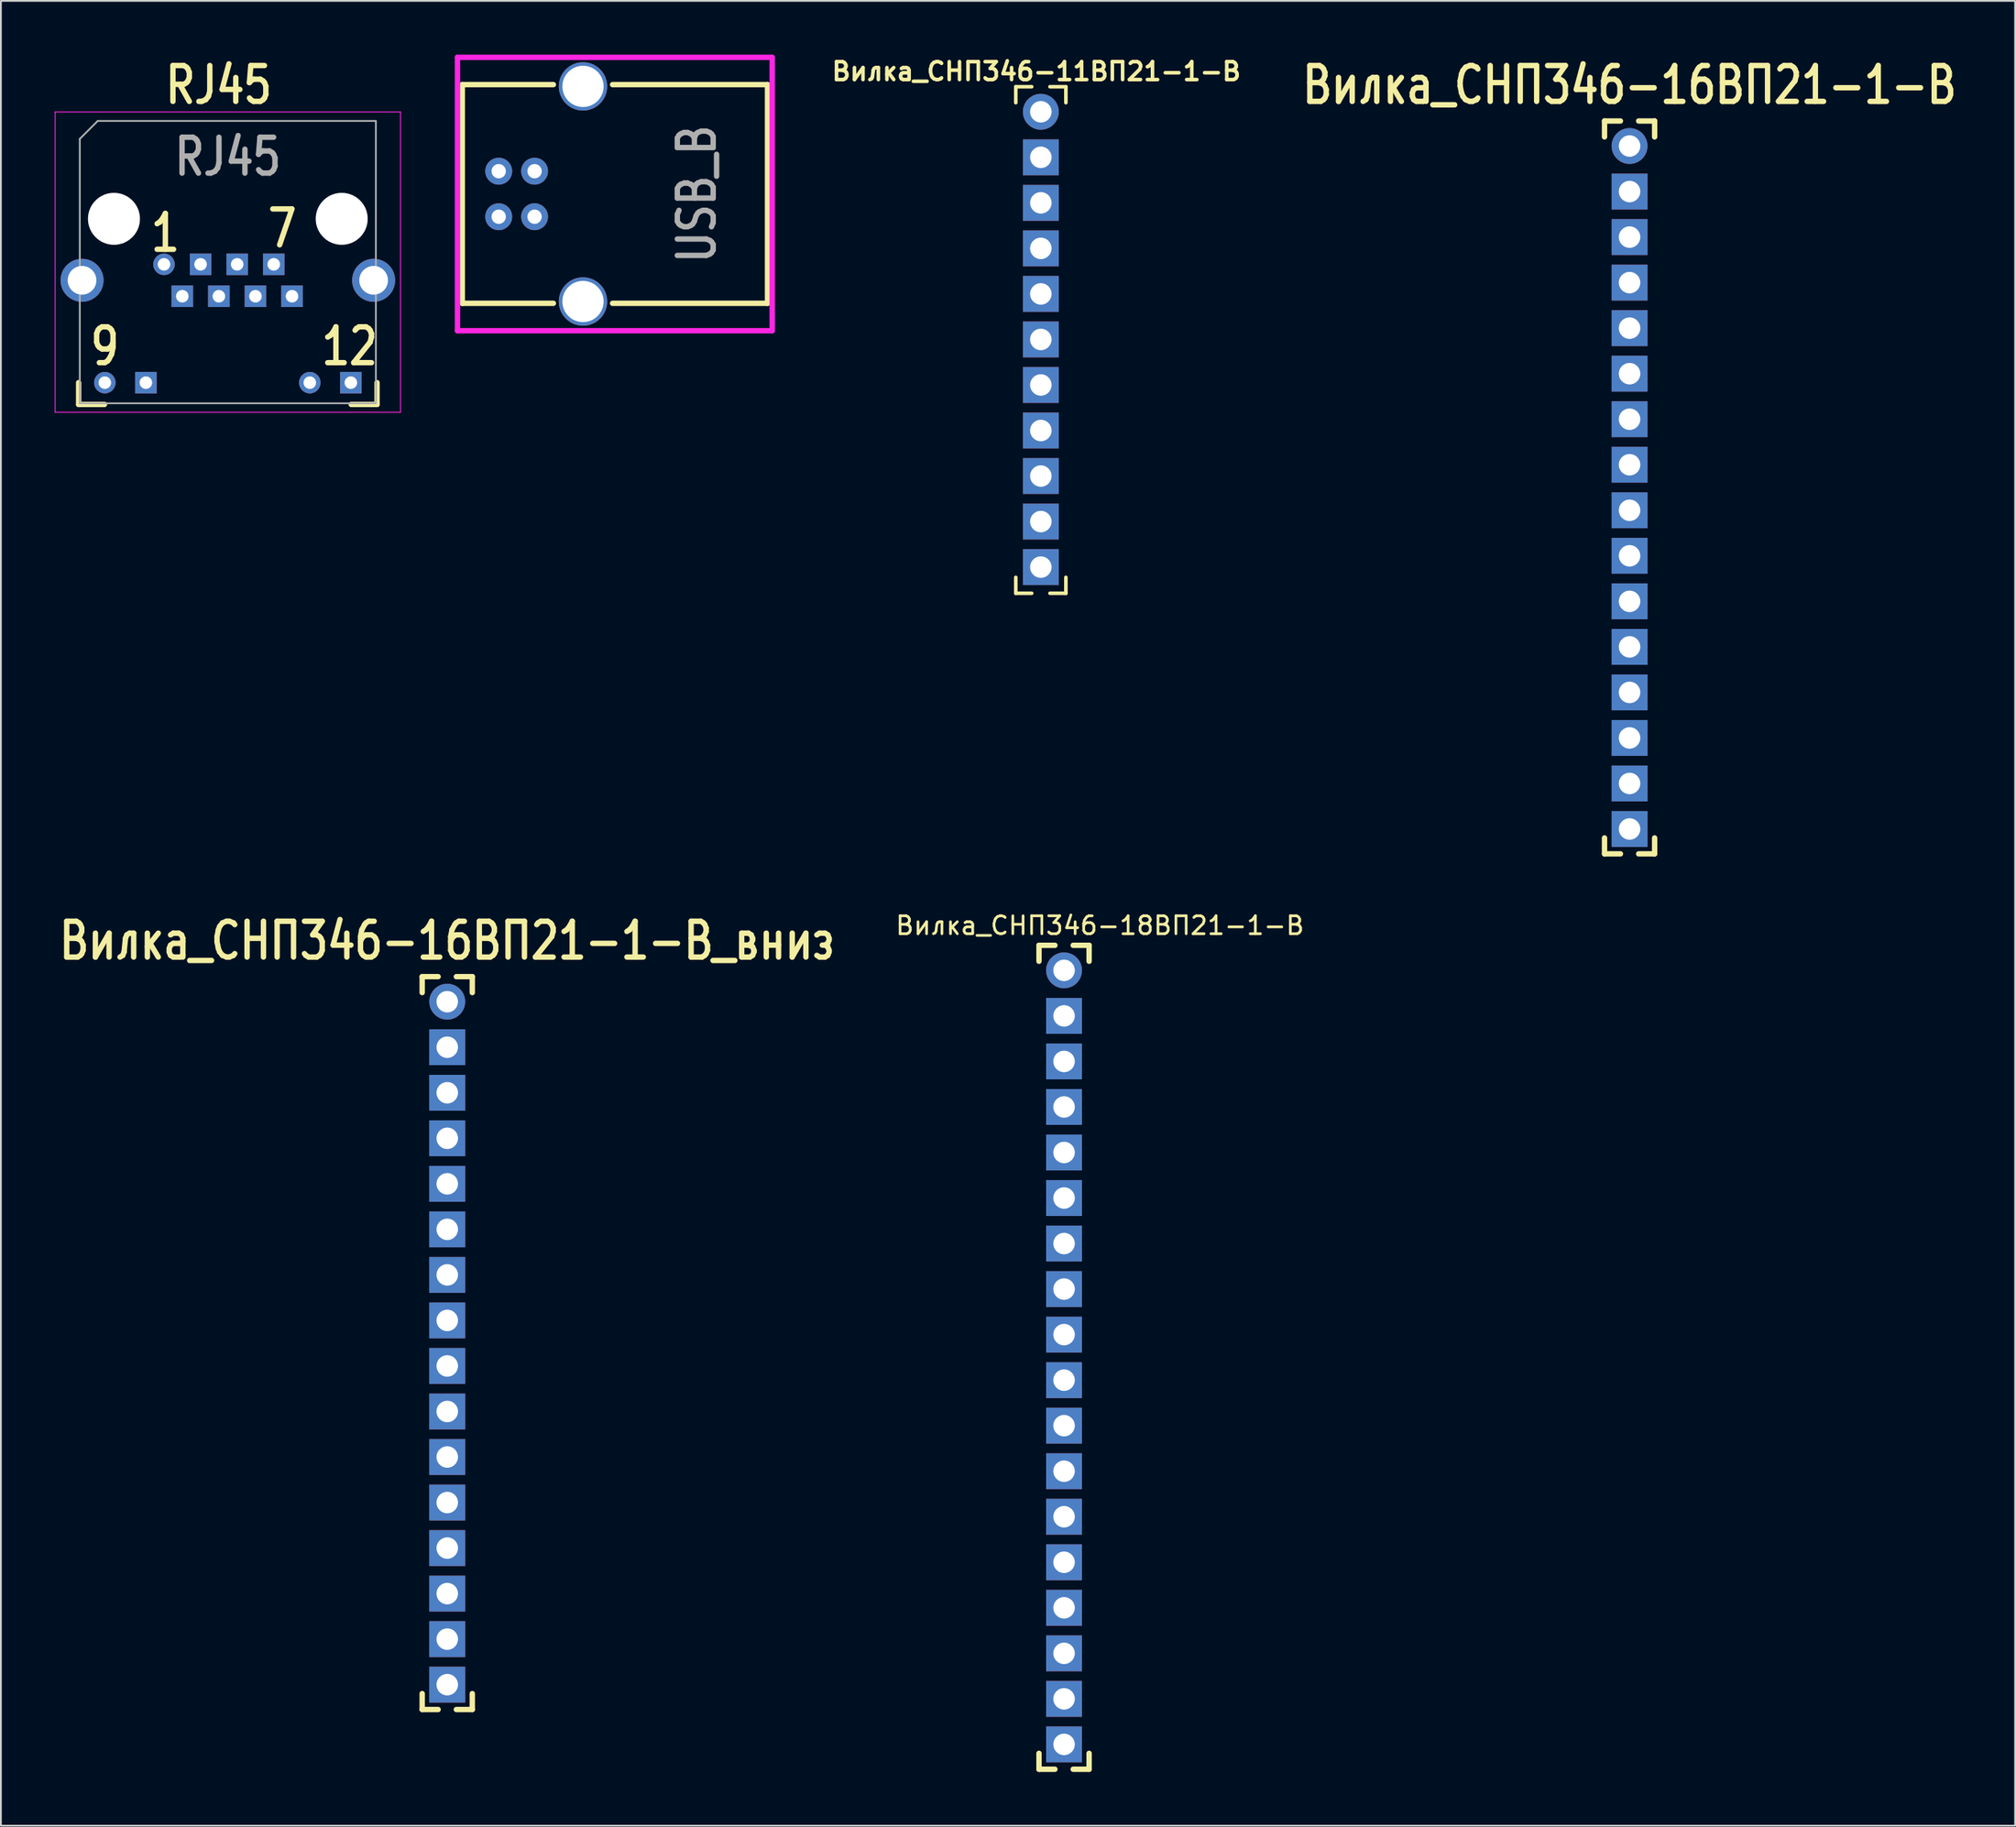
<source format=kicad_pcb>
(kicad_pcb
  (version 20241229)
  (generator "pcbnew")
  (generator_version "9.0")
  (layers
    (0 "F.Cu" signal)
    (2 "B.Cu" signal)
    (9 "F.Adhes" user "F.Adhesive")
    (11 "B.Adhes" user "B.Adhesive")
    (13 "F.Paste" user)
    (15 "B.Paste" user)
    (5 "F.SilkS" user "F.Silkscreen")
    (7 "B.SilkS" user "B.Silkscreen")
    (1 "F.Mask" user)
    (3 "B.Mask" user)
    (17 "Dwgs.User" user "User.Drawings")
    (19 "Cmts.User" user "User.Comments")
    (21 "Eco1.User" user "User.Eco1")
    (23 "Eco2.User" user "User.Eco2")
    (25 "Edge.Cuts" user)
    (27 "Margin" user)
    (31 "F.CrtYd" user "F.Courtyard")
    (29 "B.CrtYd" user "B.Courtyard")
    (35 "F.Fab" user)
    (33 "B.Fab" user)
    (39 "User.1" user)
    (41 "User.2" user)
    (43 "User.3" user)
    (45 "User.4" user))
  (footprint "Вилка_СНП346-18ВП21-1-В"
    (layer "F.Cu")
    (at 56.286 51.082)
    (property "Reference" "Вилка_СНП346-18ВП21-1-В" (at 2 -2.5 0) (layer "F.SilkS") (effects (font (size 1 1) (thickness 0.15))))
    (attr through_hole)
    (fp_line (start -1.397 -1.397) (end -1.397 -0.508) (stroke (width 0.3) (type solid)) (layer "F.SilkS"))
    (fp_line (start -1.397 -1.397) (end -0.508 -1.397) (stroke (width 0.3) (type solid)) (layer "F.SilkS"))
    (fp_line (start -1.397 44.567) (end -1.397 43.678) (stroke (width 0.3) (type solid)) (layer "F.SilkS"))
    (fp_line (start -1.397 44.567) (end -0.508 44.567) (stroke (width 0.3) (type solid)) (layer "F.SilkS"))
    (fp_line (start 1.397 -1.397) (end 0.508 -1.397) (stroke (width 0.3) (type solid)) (layer "F.SilkS"))
    (fp_line (start 1.397 -1.397) (end 1.397 -0.508) (stroke (width 0.3) (type solid)) (layer "F.SilkS"))
    (fp_line (start 1.397 44.567) (end 0.508 44.567) (stroke (width 0.3) (type solid)) (layer "F.SilkS"))
    (fp_line (start 1.397 44.567) (end 1.397 43.678) (stroke (width 0.3) (type solid)) (layer "F.SilkS"))
    (pad "1" thru_hole circle (at 0 0) (size 2 2) (drill 1.2) (layers "*.Cu" "*.Mask"))
    (pad "2" thru_hole rect (at 0 2.54) (size 2 2) (drill 1.2) (layers "*.Cu" "*.Mask"))
    (pad "3" thru_hole rect (at 0 5.08) (size 2 2) (drill 1.2) (layers "*.Cu" "*.Mask"))
    (pad "4" thru_hole rect (at 0 7.62) (size 2 2) (drill 1.2) (layers "*.Cu" "*.Mask"))
    (pad "5" thru_hole rect (at 0 10.16) (size 2 2) (drill 1.2) (layers "*.Cu" "*.Mask"))
    (pad "6" thru_hole rect (at 0 12.7) (size 2 2) (drill 1.2) (layers "*.Cu" "*.Mask"))
    (pad "7" thru_hole rect (at 0 15.24) (size 2 2) (drill 1.2) (layers "*.Cu" "*.Mask"))
    (pad "8" thru_hole rect (at 0 17.78) (size 2 2) (drill 1.2) (layers "*.Cu" "*.Mask"))
    (pad "9" thru_hole rect (at 0 20.32) (size 2 2) (drill 1.2) (layers "*.Cu" "*.Mask"))
    (pad "10" thru_hole rect (at 0 22.86) (size 2 2) (drill 1.2) (layers "*.Cu" "*.Mask"))
    (pad "11" thru_hole rect (at 0 25.4) (size 2 2) (drill 1.2) (layers "*.Cu" "*.Mask"))
    (pad "12" thru_hole rect (at 0 27.94) (size 2 2) (drill 1.2) (layers "*.Cu" "*.Mask"))
    (pad "13" thru_hole rect (at 0 30.48) (size 2 2) (drill 1.2) (layers "*.Cu" "*.Mask"))
    (pad "14" thru_hole rect (at 0 33.02) (size 2 2) (drill 1.2) (layers "*.Cu" "*.Mask"))
    (pad "15" thru_hole rect (at 0 35.56) (size 2 2) (drill 1.2) (layers "*.Cu" "*.Mask"))
    (pad "16" thru_hole rect (at 0 38.1) (size 2 2) (drill 1.2) (layers "*.Cu" "*.Mask"))
    (pad "17" thru_hole rect (at 0 40.64) (size 2 2) (drill 1.2) (layers "*.Cu" "*.Mask"))
    (pad "18" thru_hole rect (at 0 43.18) (size 2 2) (drill 1.2) (layers "*.Cu" "*.Mask")))
  (footprint "Вилка_СНП346-16ВП21-1-В"
    (layer "F.Cu")
    (at 87.821 5.096)
    (property "Reference" "Вилка_СНП346-16ВП21-1-В" (at 0 -3.4 0) (layer "F.SilkS") (effects (font (size 2 1.6) (thickness 0.3))))
    (attr through_hole)
    (fp_line (start -1.397 -1.397) (end -1.397 -0.508) (stroke (width 0.3) (type solid)) (layer "F.SilkS"))
    (fp_line (start -1.397 -1.397) (end -0.508 -1.397) (stroke (width 0.3) (type solid)) (layer "F.SilkS"))
    (fp_line (start -1.397 39.487) (end -1.397 38.598) (stroke (width 0.3) (type solid)) (layer "F.SilkS"))
    (fp_line (start -1.397 39.487) (end -0.508 39.487) (stroke (width 0.3) (type solid)) (layer "F.SilkS"))
    (fp_line (start 1.397 -1.397) (end 0.508 -1.397) (stroke (width 0.3) (type solid)) (layer "F.SilkS"))
    (fp_line (start 1.397 -1.397) (end 1.397 -0.508) (stroke (width 0.3) (type solid)) (layer "F.SilkS"))
    (fp_line (start 1.397 39.487) (end 0.508 39.487) (stroke (width 0.3) (type solid)) (layer "F.SilkS"))
    (fp_line (start 1.397 39.487) (end 1.397 38.598) (stroke (width 0.3) (type solid)) (layer "F.SilkS"))
    (pad "1" thru_hole circle (at 0 0) (size 2 2) (drill 1.2) (layers "*.Cu" "*.Mask"))
    (pad "2" thru_hole rect (at 0 2.54) (size 2 2) (drill 1.2) (layers "*.Cu" "*.Mask"))
    (pad "3" thru_hole rect (at 0 5.08) (size 2 2) (drill 1.2) (layers "*.Cu" "*.Mask"))
    (pad "4" thru_hole rect (at 0 7.62) (size 2 2) (drill 1.2) (layers "*.Cu" "*.Mask"))
    (pad "5" thru_hole rect (at 0 10.16) (size 2 2) (drill 1.2) (layers "*.Cu" "*.Mask"))
    (pad "6" thru_hole rect (at 0 12.7) (size 2 2) (drill 1.2) (layers "*.Cu" "*.Mask"))
    (pad "7" thru_hole rect (at 0 15.24) (size 2 2) (drill 1.2) (layers "*.Cu" "*.Mask"))
    (pad "8" thru_hole rect (at 0 17.78) (size 2 2) (drill 1.2) (layers "*.Cu" "*.Mask"))
    (pad "9" thru_hole rect (at 0 20.32) (size 2 2) (drill 1.2) (layers "*.Cu" "*.Mask"))
    (pad "10" thru_hole rect (at 0 22.86) (size 2 2) (drill 1.2) (layers "*.Cu" "*.Mask"))
    (pad "11" thru_hole rect (at 0 25.4) (size 2 2) (drill 1.2) (layers "*.Cu" "*.Mask"))
    (pad "12" thru_hole rect (at 0 27.94) (size 2 2) (drill 1.2) (layers "*.Cu" "*.Mask"))
    (pad "13" thru_hole rect (at 0 30.48) (size 2 2) (drill 1.2) (layers "*.Cu" "*.Mask"))
    (pad "14" thru_hole rect (at 0 33.02) (size 2 2) (drill 1.2) (layers "*.Cu" "*.Mask"))
    (pad "15" thru_hole rect (at 0 35.56) (size 2 2) (drill 1.2) (layers "*.Cu" "*.Mask"))
    (pad "16" thru_hole rect (at 0 38.1) (size 2 2) (drill 1.2) (layers "*.Cu" "*.Mask")))
  (footprint "USB_B"
    (layer "F.Cu")
    (at 24.76 6.5)
    (property "Reference" "USB_B" (at 11.05 1.27 90) (layer "F.Fab") (effects (font (size 2 1.6) (thickness 0.3))))
    (attr through_hole)
    (fp_line (start -2.03 -4.83) (end 3.05 -4.83) (stroke (width 0.3) (type solid)) (layer "F.SilkS"))
    (fp_line (start -2.03 7.37) (end -2.03 -4.83) (stroke (width 0.3) (type solid)) (layer "F.SilkS"))
    (fp_line (start -2.03 7.37) (end 3.05 7.37) (stroke (width 0.3) (type solid)) (layer "F.SilkS"))
    (fp_line (start 6.35 -4.83) (end 14.99 -4.83) (stroke (width 0.3) (type solid)) (layer "F.SilkS"))
    (fp_line (start 6.35 7.37) (end 14.99 7.37) (stroke (width 0.3) (type solid)) (layer "F.SilkS"))
    (fp_line (start 14.99 -4.83) (end 14.99 7.37) (stroke (width 0.3) (type solid)) (layer "F.SilkS"))
    (fp_line (start -2.3 -6.35) (end 15.25 -6.35) (stroke (width 0.3) (type solid)) (layer "F.CrtYd"))
    (fp_line (start -2.3 8.9) (end -2.3 -6.35) (stroke (width 0.3) (type solid)) (layer "F.CrtYd"))
    (fp_line (start 15.25 -6.35) (end 15.25 8.9) (stroke (width 0.3) (type solid)) (layer "F.CrtYd"))
    (fp_line (start 15.25 8.9) (end -2.3 8.9) (stroke (width 0.3) (type solid)) (layer "F.CrtYd"))
    (pad "1" thru_hole circle (at 0 0 270) (size 1.5 1.5) (drill 0.8) (layers "*.Cu" "*.Mask"))
    (pad "2" thru_hole circle (at 0 2.54 270) (size 1.5 1.5) (drill 0.8) (layers "*.Cu" "*.Mask"))
    (pad "3" thru_hole circle (at 2 2.54 270) (size 1.5 1.5) (drill 0.8) (layers "*.Cu" "*.Mask"))
    (pad "4" thru_hole circle (at 2 0 270) (size 1.5 1.5) (drill 0.8) (layers "*.Cu" "*.Mask"))
    (pad "5" thru_hole circle (at 4.7 -4.73 270) (size 2.7 2.7) (drill 2.3) (layers "*.Cu" "*.Mask"))
    (pad "5" thru_hole circle (at 4.7 7.27 270) (size 2.7 2.7) (drill 2.3) (layers "*.Cu" "*.Mask")))
  (footprint "Вилка_СНП346-11ВП21-1-В"
    (layer "F.Cu")
    (at 54.991 3.186)
    (property "Reference" "Вилка_СНП346-11ВП21-1-В" (at -0.25 -2.25 0) (layer "F.SilkS") (effects (font (size 1 1) (thickness 0.2))))
    (attr through_hole)
    (fp_line (start -1.397 -1.397) (end -1.397 -0.508) (stroke (width 0.2) (type solid)) (layer "F.SilkS"))
    (fp_line (start -1.397 -1.397) (end -0.508 -1.397) (stroke (width 0.2) (type solid)) (layer "F.SilkS"))
    (fp_line (start -1.397 26.86) (end -1.397 25.971) (stroke (width 0.2) (type solid)) (layer "F.SilkS"))
    (fp_line (start -1.397 26.86) (end -0.508 26.86) (stroke (width 0.2) (type solid)) (layer "F.SilkS"))
    (fp_line (start 1.397 -1.397) (end 0.508 -1.397) (stroke (width 0.2) (type solid)) (layer "F.SilkS"))
    (fp_line (start 1.397 -1.397) (end 1.397 -0.508) (stroke (width 0.2) (type solid)) (layer "F.SilkS"))
    (fp_line (start 1.397 26.86) (end 0.508 26.86) (stroke (width 0.2) (type solid)) (layer "F.SilkS"))
    (fp_line (start 1.397 26.86) (end 1.397 25.971) (stroke (width 0.2) (type solid)) (layer "F.SilkS"))
    (pad "1" thru_hole circle (at 0 0) (size 2 2) (drill 1.2) (layers "*.Cu" "*.Mask"))
    (pad "2" thru_hole rect (at 0 2.54) (size 2 2) (drill 1.2) (layers "*.Cu" "*.Mask"))
    (pad "3" thru_hole rect (at 0 5.08) (size 2 2) (drill 1.2) (layers "*.Cu" "*.Mask"))
    (pad "4" thru_hole rect (at 0 7.62) (size 2 2) (drill 1.2) (layers "*.Cu" "*.Mask"))
    (pad "5" thru_hole rect (at 0 10.16) (size 2 2) (drill 1.2) (layers "*.Cu" "*.Mask"))
    (pad "6" thru_hole rect (at 0 12.7) (size 2 2) (drill 1.2) (layers "*.Cu" "*.Mask"))
    (pad "7" thru_hole rect (at 0 15.24) (size 2 2) (drill 1.2) (layers "*.Cu" "*.Mask"))
    (pad "8" thru_hole rect (at 0 17.78) (size 2 2) (drill 1.2) (layers "*.Cu" "*.Mask"))
    (pad "9" thru_hole rect (at 0 20.32) (size 2 2) (drill 1.2) (layers "*.Cu" "*.Mask"))
    (pad "10" thru_hole rect (at 0 22.86) (size 2 2) (drill 1.2) (layers "*.Cu" "*.Mask"))
    (pad "11" thru_hole rect (at 0 25.4) (size 2 2) (drill 1.2) (layers "*.Cu" "*.Mask")))
  (footprint "RJ45"
    (layer "F.Cu")
    (at 6.095 11.697)
    (property "Reference" "RJ45" (at 3.05 -10 0) (layer "F.SilkS") (effects (font (size 2 1.6) (thickness 0.3))))
    (attr through_hole)
    (fp_line (start -4.76 7.815) (end -4.76 6.6) (stroke (width 0.3) (type solid)) (layer "F.SilkS"))
    (fp_line (start -4.76 7.815) (end -3.32 7.815) (stroke (width 0.3) (type solid)) (layer "F.SilkS"))
    (fp_line (start 10.44 7.815) (end 11.88 7.815) (stroke (width 0.3) (type solid)) (layer "F.SilkS"))
    (fp_line (start 11.88 7.815) (end 11.88 6.6) (stroke (width 0.3) (type solid)) (layer "F.SilkS"))
    (fp_line (start -6.07 -8.5) (end -6.07 8.25) (stroke (width 0.05) (type solid)) (layer "F.CrtYd"))
    (fp_line (start -6.07 -8.5) (end 13.19 -8.5) (stroke (width 0.05) (type solid)) (layer "F.CrtYd"))
    (fp_line (start -6.07 8.25) (end 13.19 8.25) (stroke (width 0.05) (type solid)) (layer "F.CrtYd"))
    (fp_line (start 13.19 -8.5) (end 13.19 8.25) (stroke (width 0.05) (type solid)) (layer "F.CrtYd"))
    (fp_line (start -4.695 -7) (end -4.695 7.75) (stroke (width 0.1) (type solid)) (layer "F.Fab"))
    (fp_line (start -4.695 -7) (end -3.695 -8) (stroke (width 0.1) (type solid)) (layer "F.Fab"))
    (fp_line (start -4.695 7.75) (end 11.815 7.75) (stroke (width 0.1) (type solid)) (layer "F.Fab"))
    (fp_line (start -3.695 -8) (end 11.815 -8) (stroke (width 0.1) (type solid)) (layer "F.Fab"))
    (fp_line (start 11.815 -8) (end 11.815 7.75) (stroke (width 0.1) (type solid)) (layer "F.Fab"))
    (fp_text user "9" (at -3.3 4.575 0) (layer "F.SilkS") (effects (font (size 2 1.6) (thickness 0.3))))
    (fp_text user "1" (at 0.075 -1.75 0) (layer "F.SilkS") (effects (font (size 2 1.6) (thickness 0.3))))
    (fp_text user "7" (at 6.6 -2 0) (layer "F.SilkS") (effects (font (size 2 1.6) (thickness 0.3))))
    (fp_text user "12" (at 10.35 4.575 0) (layer "F.SilkS") (effects (font (size 2 1.6) (thickness 0.3))))
    (fp_text user "${REFERENCE}" (at 3.56 -6 0) (layer "F.Fab") (effects (font (size 2 1.6) (thickness 0.3))))
    (pad "" np_thru_hole circle (at -2.79 -2.54) (size 2.9 2.9) (drill 2.9) (layers "*.Cu" "*.Mask"))
    (pad "" np_thru_hole circle (at 9.91 -2.54) (size 2.9 2.9) (drill 2.9) (layers "*.Cu" "*.Mask"))
    (pad "1" thru_hole circle (at 0 0) (size 1.2 1.2) (drill 0.7) (layers "*.Cu" "*.Mask"))
    (pad "2" thru_hole rect (at 1.02 1.78) (size 1.2 1.2) (drill 0.7) (layers "*.Cu" "*.Mask"))
    (pad "3" thru_hole rect (at 2.04 0) (size 1.2 1.2) (drill 0.7) (layers "*.Cu" "*.Mask"))
    (pad "4" thru_hole rect (at 3.06 1.78) (size 1.2 1.2) (drill 0.7) (layers "*.Cu" "*.Mask"))
    (pad "5" thru_hole rect (at 4.08 0) (size 1.2 1.2) (drill 0.7) (layers "*.Cu" "*.Mask"))
    (pad "6" thru_hole rect (at 5.1 1.78) (size 1.2 1.2) (drill 0.7) (layers "*.Cu" "*.Mask"))
    (pad "7" thru_hole rect (at 6.12 0) (size 1.2 1.2) (drill 0.7) (layers "*.Cu" "*.Mask"))
    (pad "8" thru_hole rect (at 7.14 1.78) (size 1.2 1.2) (drill 0.7) (layers "*.Cu" "*.Mask"))
    (pad "9" thru_hole circle (at -3.3 6.6) (size 1.2 1.2) (drill 0.7) (layers "*.Cu" "*.Mask"))
    (pad "10" thru_hole rect (at -1.01 6.6) (size 1.2 1.2) (drill 0.7) (layers "*.Cu" "*.Mask"))
    (pad "11" thru_hole circle (at 8.13 6.6) (size 1.2 1.2) (drill 0.7) (layers "*.Cu" "*.Mask"))
    (pad "12" thru_hole rect (at 10.42 6.6) (size 1.2 1.2) (drill 0.7) (layers "*.Cu" "*.Mask"))
    (pad "SH" thru_hole circle (at -4.57 0.89) (size 2.4 2.4) (drill 1.6) (layers "*.Cu" "*.Mask"))
    (pad "SH" thru_hole circle (at 11.69 0.89) (size 2.4 2.4) (drill 1.6) (layers "*.Cu" "*.Mask")))
  (footprint "Вилка_СНП346-16ВП21-1-В_вниз"
    (layer "F.Cu")
    (at 21.89 52.83)
    (property "Reference" "Вилка_СНП346-16ВП21-1-В_вниз" (at 0 -3.4 0) (layer "F.SilkS") (effects (font (size 2 1.6) (thickness 0.3))))
    (attr through_hole)
    (fp_line (start -1.397 -1.397) (end -1.397 -0.508) (stroke (width 0.3) (type solid)) (layer "F.SilkS"))
    (fp_line (start -1.397 -1.397) (end -0.508 -1.397) (stroke (width 0.3) (type solid)) (layer "F.SilkS"))
    (fp_line (start -1.397 39.487) (end -1.397 38.598) (stroke (width 0.3) (type solid)) (layer "F.SilkS"))
    (fp_line (start -1.397 39.487) (end -0.508 39.487) (stroke (width 0.3) (type solid)) (layer "F.SilkS"))
    (fp_line (start 1.397 -1.397) (end 0.508 -1.397) (stroke (width 0.3) (type solid)) (layer "F.SilkS"))
    (fp_line (start 1.397 -1.397) (end 1.397 -0.508) (stroke (width 0.3) (type solid)) (layer "F.SilkS"))
    (fp_line (start 1.397 39.487) (end 0.508 39.487) (stroke (width 0.3) (type solid)) (layer "F.SilkS"))
    (fp_line (start 1.397 39.487) (end 1.397 38.598) (stroke (width 0.3) (type solid)) (layer "F.SilkS"))
    (pad "1" thru_hole circle (at 0 0) (size 2 2) (drill 1.2) (layers "*.Cu" "*.Mask"))
    (pad "2" thru_hole rect (at 0 2.54) (size 2 2) (drill 1.2) (layers "*.Cu" "*.Mask"))
    (pad "3" thru_hole rect (at 0 5.08) (size 2 2) (drill 1.2) (layers "*.Cu" "*.Mask"))
    (pad "4" thru_hole rect (at 0 7.62) (size 2 2) (drill 1.2) (layers "*.Cu" "*.Mask"))
    (pad "5" thru_hole rect (at 0 10.16) (size 2 2) (drill 1.2) (layers "*.Cu" "*.Mask"))
    (pad "6" thru_hole rect (at 0 12.7) (size 2 2) (drill 1.2) (layers "*.Cu" "*.Mask"))
    (pad "7" thru_hole rect (at 0 15.24) (size 2 2) (drill 1.2) (layers "*.Cu" "*.Mask"))
    (pad "8" thru_hole rect (at 0 17.78) (size 2 2) (drill 1.2) (layers "*.Cu" "*.Mask"))
    (pad "9" thru_hole rect (at 0 20.32) (size 2 2) (drill 1.2) (layers "*.Cu" "*.Mask"))
    (pad "10" thru_hole rect (at 0 22.86) (size 2 2) (drill 1.2) (layers "*.Cu" "*.Mask"))
    (pad "11" thru_hole rect (at 0 25.4) (size 2 2) (drill 1.2) (layers "*.Cu" "*.Mask"))
    (pad "12" thru_hole rect (at 0 27.94) (size 2 2) (drill 1.2) (layers "*.Cu" "*.Mask"))
    (pad "13" thru_hole rect (at 0 30.48) (size 2 2) (drill 1.2) (layers "*.Cu" "*.Mask"))
    (pad "14" thru_hole rect (at 0 33.02) (size 2 2) (drill 1.2) (layers "*.Cu" "*.Mask"))
    (pad "15" thru_hole rect (at 0 35.56) (size 2 2) (drill 1.2) (layers "*.Cu" "*.Mask"))
    (pad "16" thru_hole rect (at 0 38.1) (size 2 2) (drill 1.2) (layers "*.Cu" "*.Mask")))
  (gr_rect
    (start -3 -3)
    (end 109.321 98.799)
    (stroke (width 0.1) (type default))
    (fill no)
    (layer "Edge.Cuts")))
</source>
